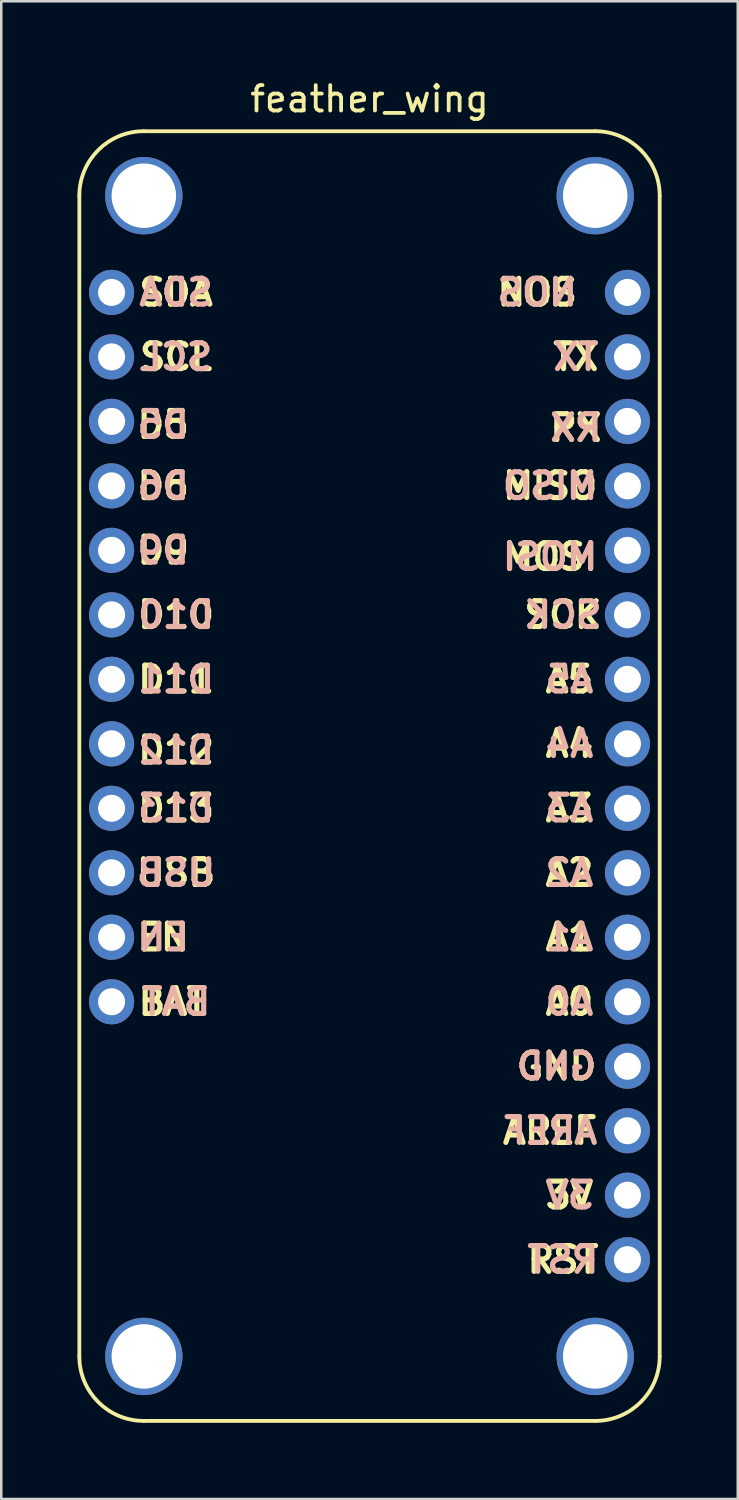
<source format=kicad_pcb>
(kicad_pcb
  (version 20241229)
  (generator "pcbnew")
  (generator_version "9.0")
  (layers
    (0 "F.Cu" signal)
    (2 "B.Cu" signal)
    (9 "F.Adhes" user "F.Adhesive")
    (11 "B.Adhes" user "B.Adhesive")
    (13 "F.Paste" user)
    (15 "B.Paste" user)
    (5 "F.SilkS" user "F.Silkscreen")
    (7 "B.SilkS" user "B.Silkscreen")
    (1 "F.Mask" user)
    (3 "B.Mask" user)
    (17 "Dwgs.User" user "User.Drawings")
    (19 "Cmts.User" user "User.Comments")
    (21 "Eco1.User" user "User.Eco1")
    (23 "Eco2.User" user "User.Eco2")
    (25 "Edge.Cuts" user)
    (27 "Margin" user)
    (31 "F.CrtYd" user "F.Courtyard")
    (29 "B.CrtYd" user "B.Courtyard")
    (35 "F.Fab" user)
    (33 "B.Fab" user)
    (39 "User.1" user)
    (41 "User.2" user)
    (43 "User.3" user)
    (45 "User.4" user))
  (footprint "feather_wing"
    (layer "F.Cu")
    (at 11.505 27.518)
    (property "Reference" "feather_wing" (at 0 -26.67 0) (layer "F.SilkS") (effects (font (size 1 1) (thickness 0.15))))
    (attr through_hole)
    (fp_line (start -11.43 -22.86) (end -11.43 22.86) (stroke (width 0.15) (type solid)) (layer "F.SilkS"))
    (fp_line (start 8.89 -25.4) (end -8.89 -25.4) (stroke (width 0.15) (type solid)) (layer "F.SilkS"))
    (fp_line (start 8.89 25.4) (end -8.89 25.4) (stroke (width 0.15) (type solid)) (layer "F.SilkS"))
    (fp_line (start 11.43 -22.86) (end 11.43 22.86) (stroke (width 0.15) (type solid)) (layer "F.SilkS"))
    (fp_arc (start -11.43 -22.86) (mid -10.686051 -24.656051) (end -8.89 -25.4) (stroke (width 0.15) (type solid)) (layer "F.SilkS"))
    (fp_arc (start -8.89 25.4) (mid -10.686051 24.656051) (end -11.43 22.86) (stroke (width 0.15) (type solid)) (layer "F.SilkS"))
    (fp_arc (start 8.89 -25.4) (mid 10.686051 -24.656051) (end 11.43 -22.86) (stroke (width 0.15) (type solid)) (layer "F.SilkS"))
    (fp_arc (start 11.43 22.86) (mid 10.686051 24.656051) (end 8.89 25.4) (stroke (width 0.15) (type solid)) (layer "F.SilkS"))
    (fp_text user "TX" (at 8.128 -16.51 0) (layer "F.SilkS") (effects (font (size 1.016 1.016) (thickness 0.203))))
    (fp_text user "A0" (at 7.874 8.89 0) (layer "F.SilkS") (effects (font (size 1.016 1.016) (thickness 0.203))))
    (fp_text user "A5" (at 7.874 -3.81 0) (layer "F.SilkS") (effects (font (size 1.016 1.016) (thickness 0.203))))
    (fp_text user "D13" (at -7.62 1.27 0) (layer "F.SilkS") (effects (font (size 1.016 1.016) (thickness 0.203))))
    (fp_text user "BAT" (at -7.747 8.89 0) (layer "F.SilkS") (effects (font (size 1.016 1.016) (thickness 0.203))))
    (fp_text user "NOS" (at 6.604 -19.05 0) (layer "F.SilkS") (effects (font (size 1.016 1.016) (thickness 0.203))))
    (fp_text user "D11" (at -7.62 -3.81 0) (layer "F.SilkS") (effects (font (size 1.016 1.016) (thickness 0.203))))
    (fp_text user "MOSI" (at 7.112 -8.636 0) (layer "F.SilkS") (effects (font (size 1.016 1.016) (thickness 0.203))))
    (fp_text user "D6" (at -8.128 -11.43 0) (layer "F.SilkS") (effects (font (size 1.016 1.016) (thickness 0.203))))
    (fp_text user "D12" (at -7.62 -1.016 0) (layer "F.SilkS") (effects (font (size 1.016 1.016) (thickness 0.203))))
    (fp_text user "A3" (at 7.874 1.27 0) (layer "F.SilkS") (effects (font (size 1.016 1.016) (thickness 0.203))))
    (fp_text user "GND" (at 7.366 11.43 0) (layer "F.SilkS") (effects (font (size 1.016 1.016) (thickness 0.203))))
    (fp_text user "D9" (at -8.128 -8.89 0) (layer "F.SilkS") (effects (font (size 1.016 1.016) (thickness 0.203))))
    (fp_text user "RX" (at 8.128 -13.716 0) (layer "F.SilkS") (effects (font (size 1.016 1.016) (thickness 0.203))))
    (fp_text user "MISO" (at 7.112 -11.43 0) (layer "F.SilkS") (effects (font (size 1.016 1.016) (thickness 0.203))))
    (fp_text user "D5" (at -8.128 -13.843 0) (layer "F.SilkS") (effects (font (size 1.016 1.016) (thickness 0.203))))
    (fp_text user "SCL" (at -7.62 -16.51 0) (layer "F.SilkS") (effects (font (size 1.016 1.016) (thickness 0.203))))
    (fp_text user "USB" (at -7.62 3.81 0) (layer "F.SilkS") (effects (font (size 1.016 1.016) (thickness 0.203))))
    (fp_text user "A4" (at 7.874 -1.27 0) (layer "F.SilkS") (effects (font (size 1.016 1.016) (thickness 0.203))))
    (fp_text user "SDA" (at -7.62 -19.05 0) (layer "F.SilkS") (effects (font (size 1.016 1.016) (thickness 0.203))))
    (fp_text user "A2" (at 7.874 3.81 0) (layer "F.SilkS") (effects (font (size 1.016 1.016) (thickness 0.203))))
    (fp_text user "RST" (at 7.62 19.05 0) (layer "F.SilkS") (effects (font (size 1.016 1.016) (thickness 0.203))))
    (fp_text user "3V" (at 7.874 16.51 0) (layer "F.SilkS") (effects (font (size 1.016 1.016) (thickness 0.203))))
    (fp_text user "SCK" (at 7.62 -6.35 0) (layer "F.SilkS") (effects (font (size 1.016 1.016) (thickness 0.203))))
    (fp_text user "D10" (at -7.62 -6.35 0) (layer "F.SilkS") (effects (font (size 1.016 1.016) (thickness 0.203))))
    (fp_text user "AREF" (at 7.112 13.97 0) (layer "F.SilkS") (effects (font (size 1.016 1.016) (thickness 0.203))))
    (fp_text user "A1" (at 7.874 6.35 0) (layer "F.SilkS") (effects (font (size 1.016 1.016) (thickness 0.203))))
    (fp_text user "EN" (at -8.128 6.35 0) (layer "F.SilkS") (effects (font (size 1.016 1.016) (thickness 0.203))))
    (fp_text user "SDA" (at -7.62 -19.05 0) (layer "B.SilkS") (effects (font (size 1.016 1.016) (thickness 0.203)) (justify mirror)))
    (fp_text user "D11" (at -7.62 -3.81 0) (layer "B.SilkS") (effects (font (size 1.016 1.016) (thickness 0.203)) (justify mirror)))
    (fp_text user "MISO" (at 7.112 -11.43 0) (layer "B.SilkS") (effects (font (size 1.016 1.016) (thickness 0.203)) (justify mirror)))
    (fp_text user "3V" (at 7.874 16.51 0) (layer "B.SilkS") (effects (font (size 1.016 1.016) (thickness 0.203)) (justify mirror)))
    (fp_text user "A1" (at 7.874 6.35 0) (layer "B.SilkS") (effects (font (size 1.016 1.016) (thickness 0.203)) (justify mirror)))
    (fp_text user "NOS" (at 6.604 -19.05 0) (layer "B.SilkS") (effects (font (size 1.016 1.016) (thickness 0.203)) (justify mirror)))
    (fp_text user "SCL" (at -7.62 -16.51 0) (layer "B.SilkS") (effects (font (size 1.016 1.016) (thickness 0.203)) (justify mirror)))
    (fp_text user "D13" (at -7.62 1.27 0) (layer "B.SilkS") (effects (font (size 1.016 1.016) (thickness 0.203)) (justify mirror)))
    (fp_text user "A4" (at 7.874 -1.27 0) (layer "B.SilkS") (effects (font (size 1.016 1.016) (thickness 0.203)) (justify mirror)))
    (fp_text user "RX" (at 8.128 -13.716 0) (layer "B.SilkS") (effects (font (size 1.016 1.016) (thickness 0.203)) (justify mirror)))
    (fp_text user "D5" (at -8.128 -13.843 0) (layer "B.SilkS") (effects (font (size 1.016 1.016) (thickness 0.203)) (justify mirror)))
    (fp_text user "D9" (at -8.128 -8.89 0) (layer "B.SilkS") (effects (font (size 1.016 1.016) (thickness 0.203)) (justify mirror)))
    (fp_text user "GND" (at 7.366 11.43 0) (layer "B.SilkS") (effects (font (size 1.016 1.016) (thickness 0.203)) (justify mirror)))
    (fp_text user "D12" (at -7.62 -1.016 0) (layer "B.SilkS") (effects (font (size 1.016 1.016) (thickness 0.203)) (justify mirror)))
    (fp_text user "D6" (at -8.128 -11.43 0) (layer "B.SilkS") (effects (font (size 1.016 1.016) (thickness 0.203)) (justify mirror)))
    (fp_text user "SCK" (at 7.62 -6.35 0) (layer "B.SilkS") (effects (font (size 1.016 1.016) (thickness 0.203)) (justify mirror)))
    (fp_text user "RST" (at 7.62 19.05 0) (layer "B.SilkS") (effects (font (size 1.016 1.016) (thickness 0.203)) (justify mirror)))
    (fp_text user "EN" (at -8.128 6.35 0) (layer "B.SilkS") (effects (font (size 1.016 1.016) (thickness 0.203)) (justify mirror)))
    (fp_text user "A0" (at 7.874 8.89 0) (layer "B.SilkS") (effects (font (size 1.016 1.016) (thickness 0.203)) (justify mirror)))
    (fp_text user "D10" (at -7.62 -6.35 0) (layer "B.SilkS") (effects (font (size 1.016 1.016) (thickness 0.203)) (justify mirror)))
    (fp_text user "A3" (at 7.874 1.27 0) (layer "B.SilkS") (effects (font (size 1.016 1.016) (thickness 0.203)) (justify mirror)))
    (fp_text user "MOSI" (at 7.112 -8.636 0) (layer "B.SilkS") (effects (font (size 1.016 1.016) (thickness 0.203)) (justify mirror)))
    (fp_text user "A2" (at 7.874 3.81 0) (layer "B.SilkS") (effects (font (size 1.016 1.016) (thickness 0.203)) (justify mirror)))
    (fp_text user "BAT" (at -7.62 8.89 0) (layer "B.SilkS") (effects (font (size 1.016 1.016) (thickness 0.203)) (justify mirror)))
    (fp_text user "AREF" (at 7.112 13.97 0) (layer "B.SilkS") (effects (font (size 1.016 1.016) (thickness 0.203)) (justify mirror)))
    (fp_text user "USB" (at -7.62 3.81 0) (layer "B.SilkS") (effects (font (size 1.016 1.016) (thickness 0.203)) (justify mirror)))
    (fp_text user "A5" (at 7.874 -3.81 0) (layer "B.SilkS") (effects (font (size 1.016 1.016) (thickness 0.203)) (justify mirror)))
    (fp_text user "TX" (at 8.128 -16.51 0) (layer "B.SilkS") (effects (font (size 1.016 1.016) (thickness 0.203)) (justify mirror)))
    (pad "" np_thru_hole circle (at -8.89 -22.86) (size 3.048 3.048) (drill 2.54) (layers "*.Cu" "*.Mask"))
    (pad "" thru_hole circle (at -8.89 22.86) (size 3.048 3.048) (drill 2.54) (layers "*.Cu" "*.Mask"))
    (pad "" np_thru_hole circle (at 8.89 -22.86) (size 3.048 3.048) (drill 2.54) (layers "*.Cu" "*.Mask"))
    (pad "" thru_hole circle (at 8.89 22.86) (size 3.048 3.048) (drill 2.54) (layers "*.Cu" "*.Mask"))
    (pad "1" thru_hole circle (at -10.16 -19.05) (size 1.778 1.778) (drill 1.067) (layers "*.Cu" "*.Mask"))
    (pad "2" thru_hole circle (at -10.16 -16.51) (size 1.778 1.778) (drill 1.067) (layers "*.Cu" "*.Mask"))
    (pad "3" thru_hole circle (at -10.16 -13.97) (size 1.778 1.778) (drill 1.067) (layers "*.Cu" "*.Mask"))
    (pad "4" thru_hole circle (at -10.16 -11.43) (size 1.778 1.778) (drill 1.067) (layers "*.Cu" "*.Mask"))
    (pad "5" thru_hole circle (at -10.16 -8.89) (size 1.778 1.778) (drill 1.067) (layers "*.Cu" "*.Mask"))
    (pad "6" thru_hole circle (at -10.16 -6.35) (size 1.778 1.778) (drill 1.067) (layers "*.Cu" "*.Mask"))
    (pad "7" thru_hole circle (at -10.16 -3.81) (size 1.778 1.778) (drill 1.067) (layers "*.Cu" "*.Mask"))
    (pad "8" thru_hole circle (at -10.16 -1.27) (size 1.778 1.778) (drill 1.067) (layers "*.Cu" "*.Mask"))
    (pad "9" thru_hole circle (at -10.16 1.27) (size 1.778 1.778) (drill 1.067) (layers "*.Cu" "*.Mask"))
    (pad "10" thru_hole circle (at -10.16 3.81) (size 1.778 1.778) (drill 1.067) (layers "*.Cu" "*.Mask"))
    (pad "11" thru_hole circle (at -10.16 6.35) (size 1.778 1.778) (drill 1.067) (layers "*.Cu" "*.Mask"))
    (pad "12" thru_hole circle (at -10.16 8.89) (size 1.778 1.778) (drill 1.067) (layers "*.Cu" "*.Mask"))
    (pad "13" thru_hole circle (at 10.16 19.05) (size 1.778 1.778) (drill 1.067) (layers "*.Cu" "*.Mask"))
    (pad "14" thru_hole circle (at 10.16 16.51) (size 1.778 1.778) (drill 1.067) (layers "*.Cu" "*.Mask"))
    (pad "15" thru_hole circle (at 10.16 13.97) (size 1.778 1.778) (drill 1.067) (layers "*.Cu" "*.Mask"))
    (pad "16" thru_hole circle (at 10.16 11.43) (size 1.778 1.778) (drill 1.067) (layers "*.Cu" "*.Mask"))
    (pad "17" thru_hole circle (at 10.16 8.89) (size 1.778 1.778) (drill 1.067) (layers "*.Cu" "*.Mask"))
    (pad "18" thru_hole circle (at 10.16 6.35) (size 1.778 1.778) (drill 1.067) (layers "*.Cu" "*.Mask"))
    (pad "19" thru_hole circle (at 10.16 3.81) (size 1.778 1.778) (drill 1.067) (layers "*.Cu" "*.Mask"))
    (pad "20" thru_hole circle (at 10.16 1.27) (size 1.778 1.778) (drill 1.067) (layers "*.Cu" "*.Mask"))
    (pad "21" thru_hole circle (at 10.16 -1.27) (size 1.778 1.778) (drill 1.067) (layers "*.Cu" "*.Mask"))
    (pad "22" thru_hole circle (at 10.16 -3.81) (size 1.778 1.778) (drill 1.067) (layers "*.Cu" "*.Mask"))
    (pad "23" thru_hole circle (at 10.16 -6.35) (size 1.778 1.778) (drill 1.067) (layers "*.Cu" "*.Mask"))
    (pad "24" thru_hole circle (at 10.16 -8.89) (size 1.778 1.778) (drill 1.067) (layers "*.Cu" "*.Mask"))
    (pad "25" thru_hole circle (at 10.16 -11.43) (size 1.778 1.778) (drill 1.067) (layers "*.Cu" "*.Mask"))
    (pad "26" thru_hole circle (at 10.16 -13.97) (size 1.778 1.778) (drill 1.067) (layers "*.Cu" "*.Mask"))
    (pad "27" thru_hole circle (at 10.16 -16.51) (size 1.778 1.778) (drill 1.067) (layers "*.Cu" "*.Mask"))
    (pad "28" thru_hole circle (at 10.16 -19.05) (size 1.778 1.778) (drill 1.067) (layers "*.Cu" "*.Mask")))
  (gr_rect
    (start -3 -3)
    (end 26.01 55.993)
    (stroke (width 0.1) (type default))
    (fill no)
    (layer "Edge.Cuts")))
</source>
